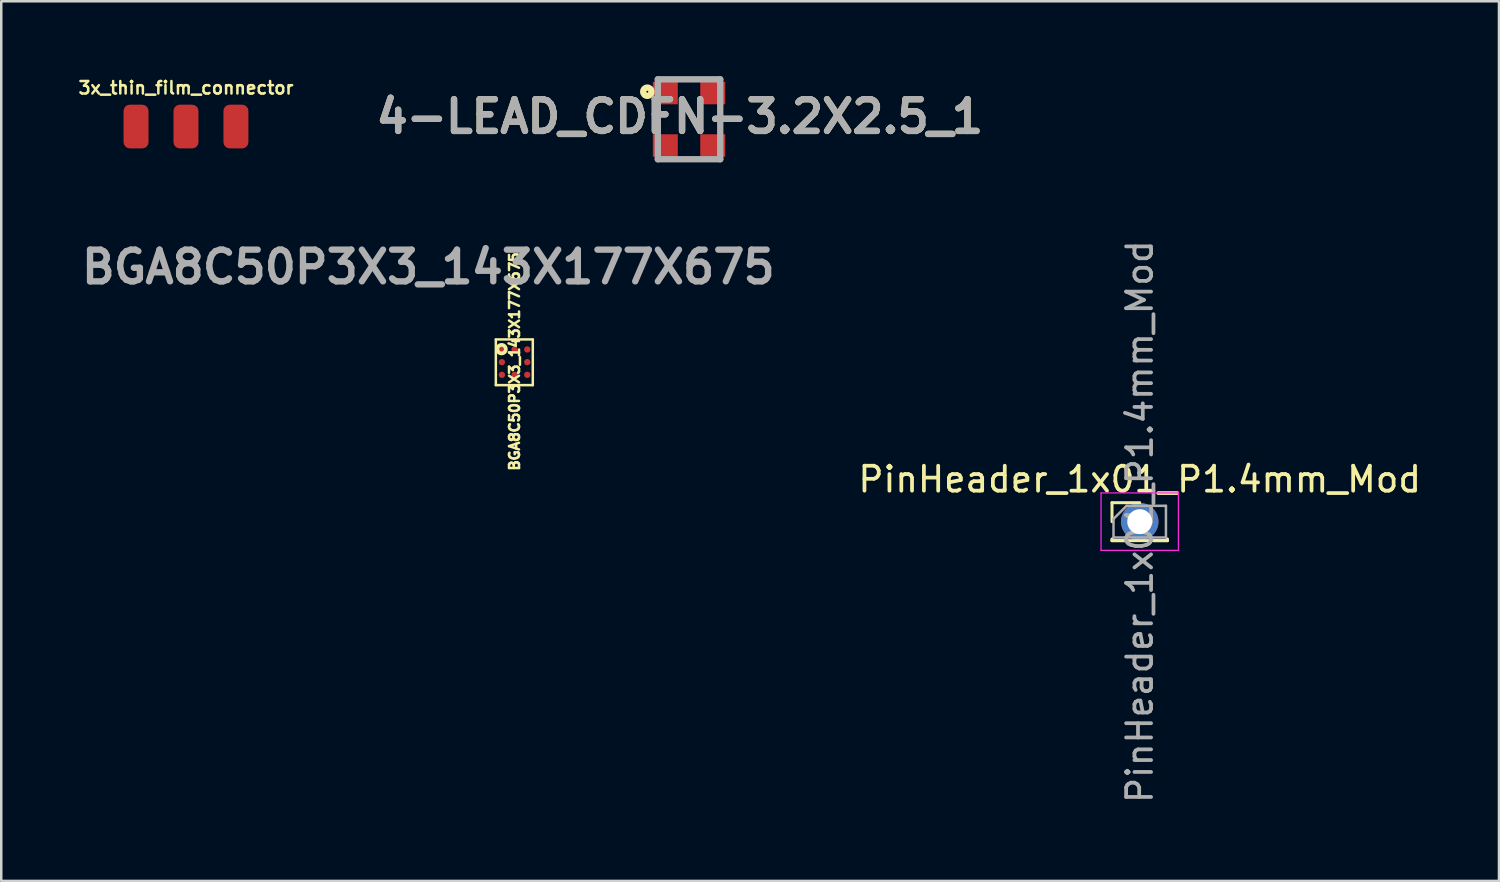
<source format=kicad_pcb>
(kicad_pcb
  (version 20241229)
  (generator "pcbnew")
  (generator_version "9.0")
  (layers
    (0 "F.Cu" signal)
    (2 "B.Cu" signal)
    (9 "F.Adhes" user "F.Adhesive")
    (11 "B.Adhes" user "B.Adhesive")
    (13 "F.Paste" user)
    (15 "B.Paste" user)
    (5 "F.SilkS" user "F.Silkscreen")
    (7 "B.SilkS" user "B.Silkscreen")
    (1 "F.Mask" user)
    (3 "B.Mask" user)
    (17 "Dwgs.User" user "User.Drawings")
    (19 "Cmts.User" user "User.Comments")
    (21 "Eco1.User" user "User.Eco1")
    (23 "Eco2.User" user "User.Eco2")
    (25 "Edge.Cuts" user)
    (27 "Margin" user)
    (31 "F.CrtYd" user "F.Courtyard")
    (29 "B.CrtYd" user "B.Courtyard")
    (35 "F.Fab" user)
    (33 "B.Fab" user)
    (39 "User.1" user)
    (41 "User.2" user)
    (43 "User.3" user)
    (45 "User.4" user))
  (footprint "4-LEAD_CDFN-3.2X2.5_1"
    (layer "F.Cu")
    (at 24.544 1.727)
    (property "Reference" "4-LEAD_CDFN-3.2X2.5_1" (at -0.37 -0.109 0) (layer "F.SilkS") (effects (font (size 1.27 1.27) (thickness 0.254))))
    (attr smd)
    (fp_circle (center -1.67 -1.104) (end -1.67 -1.066) (stroke (width 0.254) (type solid)) (fill no) (layer "F.SilkS"))
    (fp_line (start -1.25 -1.6) (end 1.25 -1.6) (stroke (width 0.254) (type solid)) (layer "F.Fab"))
    (fp_line (start -1.25 1.6) (end -1.25 -1.6) (stroke (width 0.254) (type solid)) (layer "F.Fab"))
    (fp_line (start 1.25 -1.6) (end 1.25 1.6) (stroke (width 0.254) (type solid)) (layer "F.Fab"))
    (fp_line (start 1.25 1.6) (end -1.25 1.6) (stroke (width 0.254) (type solid)) (layer "F.Fab"))
    (fp_text user "${REFERENCE}" (at -0.37 -0.109 0) (layer "F.Fab") (effects (font (size 1.27 1.27) (thickness 0.254))))
    (pad "1" smd rect (at -0.95 -1.05 90) (size 0.9 1) (layers "F.Cu" "F.Mask" "F.Paste"))
    (pad "2" smd rect (at -0.95 1.05 90) (size 0.9 1) (layers "F.Cu" "F.Mask" "F.Paste"))
    (pad "3" smd rect (at 0.95 1.05 90) (size 0.9 1) (layers "F.Cu" "F.Mask" "F.Paste"))
    (pad "4" smd rect (at 0.95 -1.05 90) (size 0.9 1) (layers "F.Cu" "F.Mask" "F.Paste")))
  (footprint "3x_thin_film_connector"
    (layer "F.Cu")
    (at 4.398 2.018)
    (property "Reference" "3x_thin_film_connector" (at 0 -1.55 180) (layer "F.SilkS") (effects (font (size 0.5 0.5) (thickness 0.1))))
    (attr through_hole)
    (pad "1" smd roundrect (at -2 0) (size 1 1.75) (layers "F.Cu" "F.Mask" "F.Paste") (roundrect_rratio 0.25))
    (pad "2" smd roundrect (at 0 0) (size 1 1.75) (layers "F.Cu" "F.Mask" "F.Paste") (roundrect_rratio 0.25))
    (pad "3" smd roundrect (at 2 0) (size 1 1.75) (layers "F.Cu" "F.Mask" "F.Paste") (roundrect_rratio 0.25)))
  (footprint "BGA8C50P3X3_143X177X675"
    (layer "F.Cu")
    (at 17.557 11.453)
    (property "Reference" "BGA8C50P3X3_143X177X675" (at -0.002 -0.028 90) (layer "F.SilkS") (effects (font (size 0.4 0.4) (thickness 0.1))))
    (attr smd)
    (fp_line (start -0.75 -0.91) (end 0.73 -0.91) (stroke (width 0.1) (type solid)) (layer "F.SilkS"))
    (fp_line (start -0.75 -0.905) (end -0.75 0.92) (stroke (width 0.1) (type solid)) (layer "F.SilkS"))
    (fp_line (start -0.75 0.92) (end 0.73 0.92) (stroke (width 0.1) (type solid)) (layer "F.SilkS"))
    (fp_line (start 0.73 -0.905) (end 0.73 0.92) (stroke (width 0.1) (type solid)) (layer "F.SilkS"))
    (fp_circle (center -0.52 -0.52) (end -0.35 -0.53) (stroke (width 0.15) (type solid)) (fill no) (layer "F.SilkS"))
    (fp_text user "${REFERENCE}" (at -3.454 -3.81 0) (layer "F.Fab") (effects (font (size 1.27 1.27) (thickness 0.254))))
    (pad "A1" smd circle (at -0.508 -0.508 90) (size 0.254 0.254) (layers "F.Cu" "F.Mask" "F.Paste"))
    (pad "A2" smd circle (at 0 -0.508 90) (size 0.254 0.254) (layers "F.Cu" "F.Mask" "F.Paste"))
    (pad "A3" smd circle (at 0.508 -0.508 90) (size 0.254 0.254) (layers "F.Cu" "F.Mask" "F.Paste"))
    (pad "B1" smd circle (at -0.508 0 90) (size 0.254 0.254) (layers "F.Cu" "F.Mask" "F.Paste"))
    (pad "B3" smd circle (at 0.508 0 90) (size 0.254 0.254) (layers "F.Cu" "F.Mask" "F.Paste"))
    (pad "C1" smd circle (at -0.508 0.508 90) (size 0.254 0.254) (layers "F.Cu" "F.Mask" "F.Paste"))
    (pad "C2" smd circle (at 0 0.508 90) (size 0.254 0.254) (layers "F.Cu" "F.Mask" "F.Paste"))
    (pad "C3" smd circle (at 0.508 0.508 90) (size 0.254 0.254) (layers "F.Cu" "F.Mask" "F.Paste")))
  (footprint "PinHeader_1x01_P1.4mm_Mod"
    (layer "F.Cu")
    (at 42.593 17.841)
    (property "Reference" "PinHeader_1x01_P1.4mm_Mod" (at 0 -1.695 0) (layer "F.SilkS") (effects (font (size 1 1) (thickness 0.15))))
    (attr through_hole)
    (fp_line (start -1.11 -0.76) (end 0 -0.76) (stroke (width 0.12) (type solid)) (layer "F.SilkS"))
    (fp_line (start -1.11 0) (end -1.11 -0.76) (stroke (width 0.12) (type solid)) (layer "F.SilkS"))
    (fp_line (start -1.11 0.76) (end -1.11 0.695) (stroke (width 0.12) (type solid)) (layer "F.SilkS"))
    (fp_line (start -1.11 0.76) (end -0.563 0.76) (stroke (width 0.12) (type solid)) (layer "F.SilkS"))
    (fp_line (start -1.11 0.76) (end 1.11 0.76) (stroke (width 0.12) (type solid)) (layer "F.SilkS"))
    (fp_line (start 0.563 0.76) (end 1.11 0.76) (stroke (width 0.12) (type solid)) (layer "F.SilkS"))
    (fp_line (start 1.11 0.76) (end 1.11 0.695) (stroke (width 0.12) (type solid)) (layer "F.SilkS"))
    (fp_line (start -1.55 -1.15) (end -1.55 1.15) (stroke (width 0.05) (type solid)) (layer "F.CrtYd"))
    (fp_line (start -1.55 1.15) (end 1.55 1.15) (stroke (width 0.05) (type solid)) (layer "F.CrtYd"))
    (fp_line (start 1.55 -1.15) (end -1.55 -1.15) (stroke (width 0.05) (type solid)) (layer "F.CrtYd"))
    (fp_line (start 1.55 1.15) (end 1.55 -1.15) (stroke (width 0.05) (type solid)) (layer "F.CrtYd"))
    (fp_line (start -1.05 -0.11) (end -0.525 -0.635) (stroke (width 0.1) (type solid)) (layer "F.Fab"))
    (fp_line (start -1.05 0.635) (end -1.05 -0.11) (stroke (width 0.1) (type solid)) (layer "F.Fab"))
    (fp_line (start -0.525 -0.635) (end 1.05 -0.635) (stroke (width 0.1) (type solid)) (layer "F.Fab"))
    (fp_line (start 1.05 -0.635) (end 1.05 0.635) (stroke (width 0.1) (type solid)) (layer "F.Fab"))
    (fp_line (start 1.05 0.635) (end -1.05 0.635) (stroke (width 0.1) (type solid)) (layer "F.Fab"))
    (fp_text user "${REFERENCE}" (at 0 0 90) (layer "F.Fab") (effects (font (size 1 1) (thickness 0.15))))
    (pad "1" thru_hole circle (at 0 0) (size 1.5 1.5) (drill 1) (layers "*.Cu" "*.Mask")))
  (gr_rect
    (start -3 -3)
    (end 56.98 32.228)
    (stroke (width 0.1) (type default))
    (fill no)
    (layer "Edge.Cuts")))
</source>
